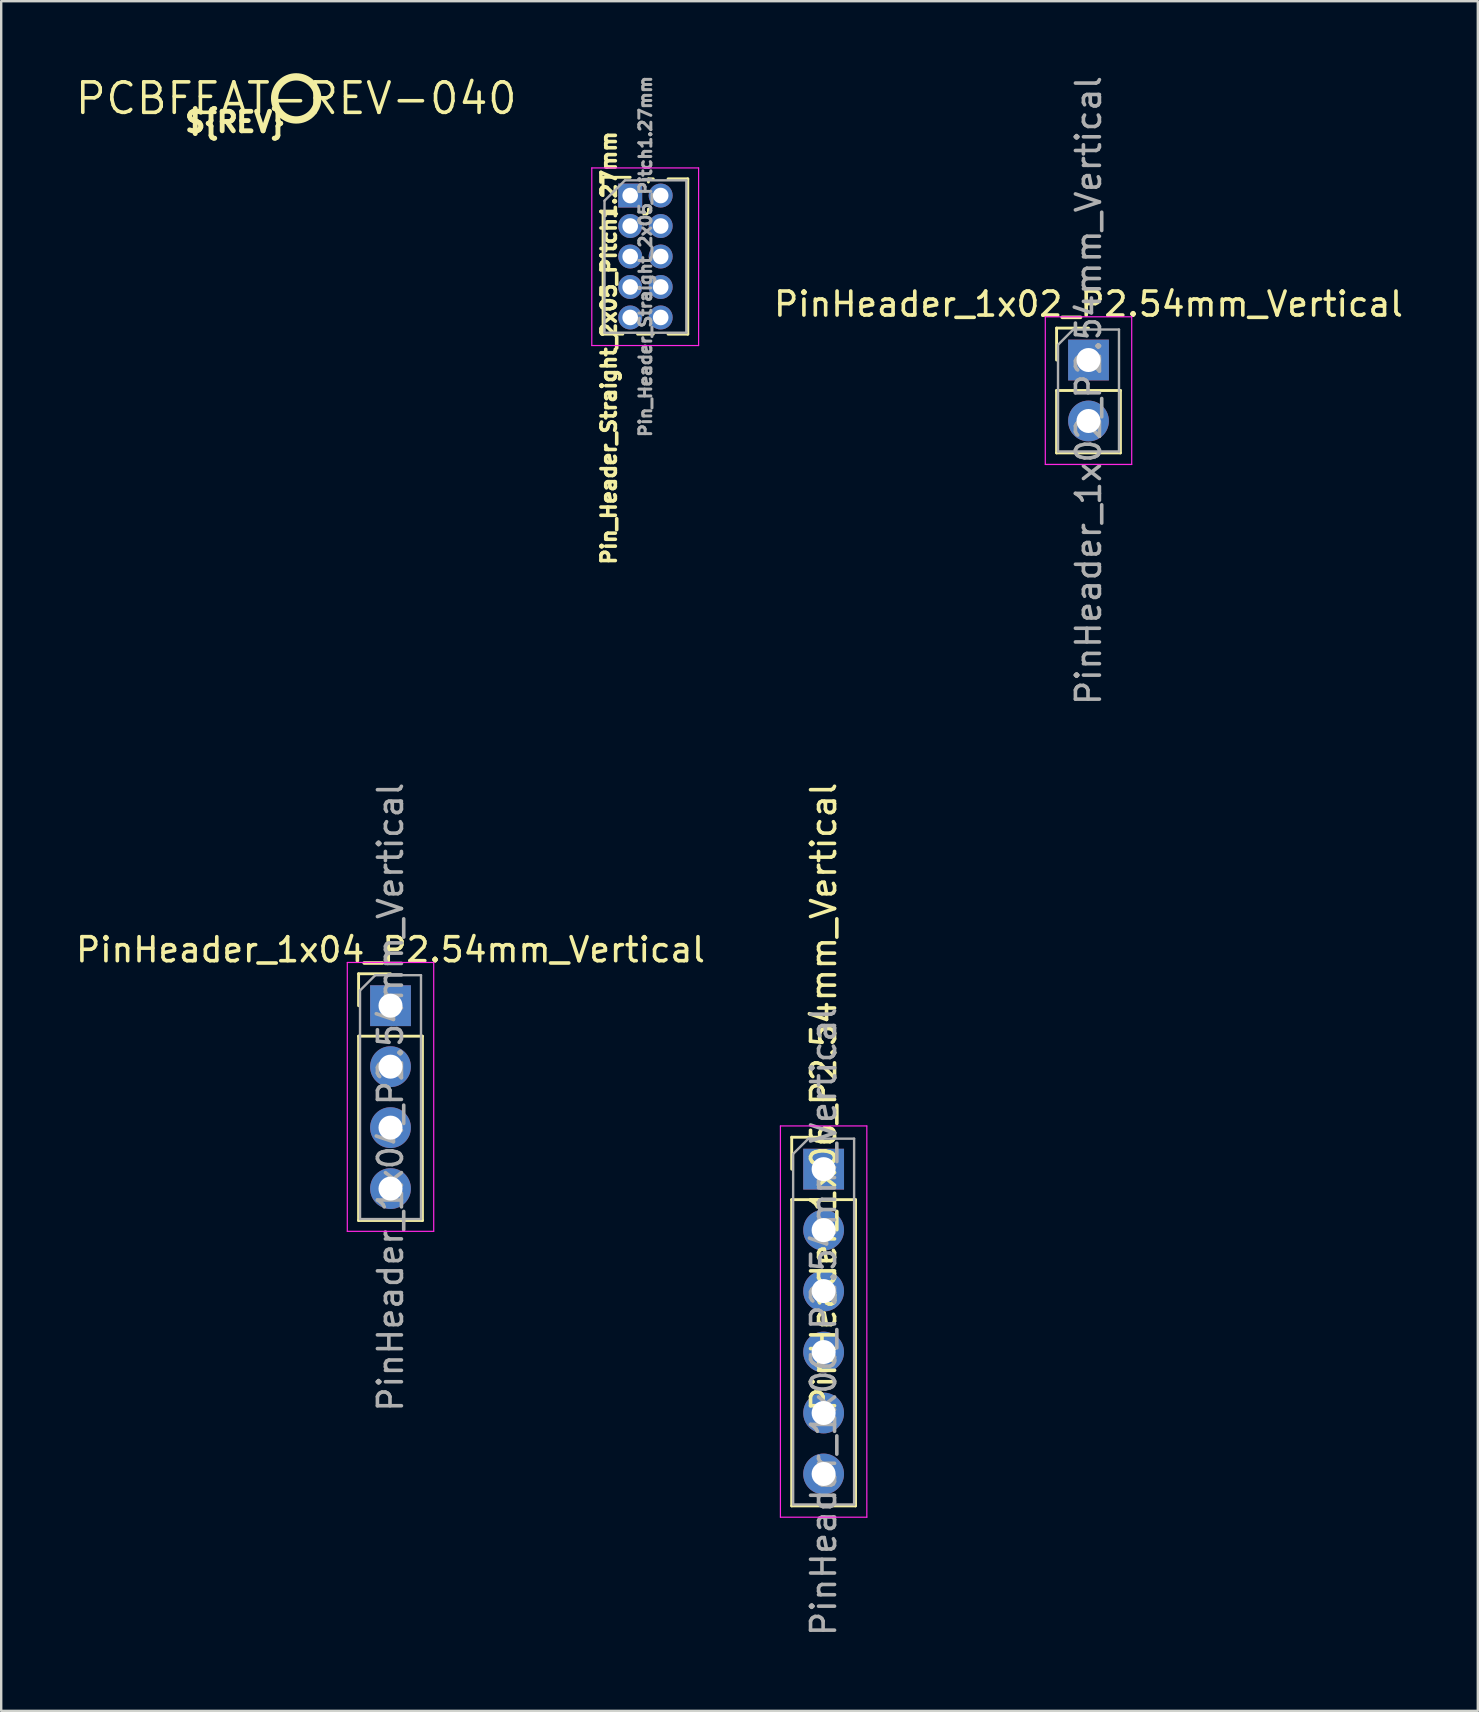
<source format=kicad_pcb>
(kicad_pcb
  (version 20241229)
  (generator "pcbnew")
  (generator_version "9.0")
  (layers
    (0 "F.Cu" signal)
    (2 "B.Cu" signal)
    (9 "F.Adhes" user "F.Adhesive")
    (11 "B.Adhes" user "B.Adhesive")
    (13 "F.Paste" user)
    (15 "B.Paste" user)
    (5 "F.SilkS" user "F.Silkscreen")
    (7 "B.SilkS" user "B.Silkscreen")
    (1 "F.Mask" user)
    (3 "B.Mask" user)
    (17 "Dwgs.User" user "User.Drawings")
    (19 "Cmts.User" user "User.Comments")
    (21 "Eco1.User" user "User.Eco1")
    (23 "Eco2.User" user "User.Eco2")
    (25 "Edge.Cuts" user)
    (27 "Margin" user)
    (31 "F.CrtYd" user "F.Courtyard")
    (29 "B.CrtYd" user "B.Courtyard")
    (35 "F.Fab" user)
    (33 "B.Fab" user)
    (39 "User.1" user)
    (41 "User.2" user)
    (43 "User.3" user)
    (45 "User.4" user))
  (footprint "PCBFEAT-REV-040"
    (layer "F.Cu")
    (at 9.29 1.05)
    (property "Reference" "PCBFEAT-REV-040" (at 0 0 0) (layer "F.SilkS") (effects (font (size 1.27 1.27) (thickness 0.15))))
    (fp_circle (center 0 0) (end 0.898 0) (stroke (width 0.305) (type solid)) (fill no) (layer "F.SilkS"))
    (fp_text user "${REV}" (at -0.356 0.508 0) (layer "F.SilkS") (effects (font (size 0.813 0.813) (thickness 0.203)) (justify right top))))
  (footprint "Pin_Header_Straight_2x05_Pitch1.27mm"
    (layer "F.Cu")
    (at 23.206 5.097)
    (property "Reference" "Pin_Header_Straight_2x05_Pitch1.27mm" (at -0.889 6.35 90) (layer "F.SilkS") (effects (font (size 0.6 0.6) (thickness 0.15))))
    (attr through_hole)
    (fp_line (start -1.13 -0.76) (end 0 -0.76) (stroke (width 0.12) (type solid)) (layer "F.SilkS"))
    (fp_line (start -1.13 0) (end -1.13 -0.76) (stroke (width 0.12) (type solid)) (layer "F.SilkS"))
    (fp_line (start -1.13 0.76) (end -1.13 5.775) (stroke (width 0.12) (type solid)) (layer "F.SilkS"))
    (fp_line (start -1.13 0.76) (end -0.563 0.76) (stroke (width 0.12) (type solid)) (layer "F.SilkS"))
    (fp_line (start -1.13 5.775) (end -0.308 5.775) (stroke (width 0.12) (type solid)) (layer "F.SilkS"))
    (fp_line (start 0.308 5.775) (end 0.962 5.775) (stroke (width 0.12) (type solid)) (layer "F.SilkS"))
    (fp_line (start 0.563 0.76) (end 0.707 0.76) (stroke (width 0.12) (type solid)) (layer "F.SilkS"))
    (fp_line (start 0.76 -0.695) (end 0.962 -0.695) (stroke (width 0.12) (type solid)) (layer "F.SilkS"))
    (fp_line (start 0.76 -0.563) (end 0.76 -0.695) (stroke (width 0.12) (type solid)) (layer "F.SilkS"))
    (fp_line (start 0.76 0.707) (end 0.76 0.563) (stroke (width 0.12) (type solid)) (layer "F.SilkS"))
    (fp_line (start 1.578 -0.695) (end 2.4 -0.695) (stroke (width 0.12) (type solid)) (layer "F.SilkS"))
    (fp_line (start 1.578 5.775) (end 2.4 5.775) (stroke (width 0.12) (type solid)) (layer "F.SilkS"))
    (fp_line (start 2.4 -0.695) (end 2.4 5.775) (stroke (width 0.12) (type solid)) (layer "F.SilkS"))
    (fp_line (start -1.6 -1.15) (end -1.6 6.25) (stroke (width 0.05) (type solid)) (layer "F.CrtYd"))
    (fp_line (start -1.6 6.25) (end 2.85 6.25) (stroke (width 0.05) (type solid)) (layer "F.CrtYd"))
    (fp_line (start 2.85 -1.15) (end -1.6 -1.15) (stroke (width 0.05) (type solid)) (layer "F.CrtYd"))
    (fp_line (start 2.85 6.25) (end 2.85 -1.15) (stroke (width 0.05) (type solid)) (layer "F.CrtYd"))
    (fp_line (start -1.07 0.217) (end -0.217 -0.635) (stroke (width 0.1) (type solid)) (layer "F.Fab"))
    (fp_line (start -1.07 5.715) (end -1.07 0.217) (stroke (width 0.1) (type solid)) (layer "F.Fab"))
    (fp_line (start -0.217 -0.635) (end 2.34 -0.635) (stroke (width 0.1) (type solid)) (layer "F.Fab"))
    (fp_line (start 2.34 -0.635) (end 2.34 5.715) (stroke (width 0.1) (type solid)) (layer "F.Fab"))
    (fp_line (start 2.34 5.715) (end -1.07 5.715) (stroke (width 0.1) (type solid)) (layer "F.Fab"))
    (fp_text user "${REFERENCE}" (at 0.635 2.54 90) (layer "F.Fab") (effects (font (size 0.5 0.5) (thickness 0.125))))
    (pad "1" thru_hole rect (at 0 0) (size 1 1) (drill 0.65) (layers "*.Cu" "*.Mask"))
    (pad "2" thru_hole oval (at 1.27 0) (size 1 1) (drill 0.65) (layers "*.Cu" "*.Mask"))
    (pad "3" thru_hole oval (at 0 1.27) (size 1 1) (drill 0.65) (layers "*.Cu" "*.Mask"))
    (pad "4" thru_hole oval (at 1.27 1.27) (size 1 1) (drill 0.65) (layers "*.Cu" "*.Mask"))
    (pad "5" thru_hole oval (at 0 2.54) (size 1 1) (drill 0.65) (layers "*.Cu" "*.Mask"))
    (pad "6" thru_hole oval (at 1.27 2.54) (size 1 1) (drill 0.65) (layers "*.Cu" "*.Mask"))
    (pad "7" thru_hole oval (at 0 3.81) (size 1 1) (drill 0.65) (layers "*.Cu" "*.Mask"))
    (pad "8" thru_hole oval (at 1.27 3.81) (size 1 1) (drill 0.65) (layers "*.Cu" "*.Mask"))
    (pad "9" thru_hole oval (at 0 5.08) (size 1 1) (drill 0.65) (layers "*.Cu" "*.Mask"))
    (pad "10" thru_hole oval (at 1.27 5.08) (size 1 1) (drill 0.65) (layers "*.Cu" "*.Mask")))
  (footprint "PinHeader_1x06_P2.54mm_Vertical"
    (layer "F.Cu")
    (at 31.265 45.661)
    (property "Reference" "PinHeader_1x06_P2.54mm_Vertical" (at 0 -3 90) (layer "F.SilkS") (effects (font (size 1 1) (thickness 0.15))))
    (attr through_hole)
    (fp_line (start -1.33 -1.33) (end 0 -1.33) (stroke (width 0.12) (type solid)) (layer "F.SilkS"))
    (fp_line (start -1.33 0) (end -1.33 -1.33) (stroke (width 0.12) (type solid)) (layer "F.SilkS"))
    (fp_line (start -1.33 1.27) (end -1.33 14.03) (stroke (width 0.12) (type solid)) (layer "F.SilkS"))
    (fp_line (start -1.33 1.27) (end 1.33 1.27) (stroke (width 0.12) (type solid)) (layer "F.SilkS"))
    (fp_line (start -1.33 14.03) (end 1.33 14.03) (stroke (width 0.12) (type solid)) (layer "F.SilkS"))
    (fp_line (start 1.33 1.27) (end 1.33 14.03) (stroke (width 0.12) (type solid)) (layer "F.SilkS"))
    (fp_line (start -1.8 -1.8) (end -1.8 14.5) (stroke (width 0.05) (type solid)) (layer "F.CrtYd"))
    (fp_line (start -1.8 14.5) (end 1.8 14.5) (stroke (width 0.05) (type solid)) (layer "F.CrtYd"))
    (fp_line (start 1.8 -1.8) (end -1.8 -1.8) (stroke (width 0.05) (type solid)) (layer "F.CrtYd"))
    (fp_line (start 1.8 14.5) (end 1.8 -1.8) (stroke (width 0.05) (type solid)) (layer "F.CrtYd"))
    (fp_line (start -1.27 -0.635) (end -0.635 -1.27) (stroke (width 0.1) (type solid)) (layer "F.Fab"))
    (fp_line (start -1.27 13.97) (end -1.27 -0.635) (stroke (width 0.1) (type solid)) (layer "F.Fab"))
    (fp_line (start -0.635 -1.27) (end 1.27 -1.27) (stroke (width 0.1) (type solid)) (layer "F.Fab"))
    (fp_line (start 1.27 -1.27) (end 1.27 13.97) (stroke (width 0.1) (type solid)) (layer "F.Fab"))
    (fp_line (start 1.27 13.97) (end -1.27 13.97) (stroke (width 0.1) (type solid)) (layer "F.Fab"))
    (fp_text user "${REFERENCE}" (at 0 6.35 90) (layer "F.Fab") (effects (font (size 1 1) (thickness 0.15))))
    (pad "1" thru_hole rect (at 0 0) (size 1.7 1.7) (drill 1) (layers "*.Cu" "*.Mask"))
    (pad "2" thru_hole oval (at 0 2.54) (size 1.7 1.7) (drill 1) (layers "*.Cu" "*.Mask"))
    (pad "3" thru_hole oval (at 0 5.08) (size 1.7 1.7) (drill 1) (layers "*.Cu" "*.Mask"))
    (pad "4" thru_hole oval (at 0 7.62) (size 1.7 1.7) (drill 1) (layers "*.Cu" "*.Mask"))
    (pad "5" thru_hole oval (at 0 10.16) (size 1.7 1.7) (drill 1) (layers "*.Cu" "*.Mask"))
    (pad "6" thru_hole oval (at 0 12.7) (size 1.7 1.7) (drill 1) (layers "*.Cu" "*.Mask")))
  (footprint "PinHeader_1x04_P2.54mm_Vertical"
    (layer "F.Cu")
    (at 13.22 38.851)
    (property "Reference" "PinHeader_1x04_P2.54mm_Vertical" (at 0 -2.33 0) (layer "F.SilkS") (effects (font (size 1 1) (thickness 0.15))))
    (attr through_hole)
    (fp_line (start -1.33 -1.33) (end 0 -1.33) (stroke (width 0.12) (type solid)) (layer "F.SilkS"))
    (fp_line (start -1.33 0) (end -1.33 -1.33) (stroke (width 0.12) (type solid)) (layer "F.SilkS"))
    (fp_line (start -1.33 1.27) (end -1.33 8.95) (stroke (width 0.12) (type solid)) (layer "F.SilkS"))
    (fp_line (start -1.33 1.27) (end 1.33 1.27) (stroke (width 0.12) (type solid)) (layer "F.SilkS"))
    (fp_line (start -1.33 8.95) (end 1.33 8.95) (stroke (width 0.12) (type solid)) (layer "F.SilkS"))
    (fp_line (start 1.33 1.27) (end 1.33 8.95) (stroke (width 0.12) (type solid)) (layer "F.SilkS"))
    (fp_line (start -1.8 -1.8) (end -1.8 9.4) (stroke (width 0.05) (type solid)) (layer "F.CrtYd"))
    (fp_line (start -1.8 9.4) (end 1.8 9.4) (stroke (width 0.05) (type solid)) (layer "F.CrtYd"))
    (fp_line (start 1.8 -1.8) (end -1.8 -1.8) (stroke (width 0.05) (type solid)) (layer "F.CrtYd"))
    (fp_line (start 1.8 9.4) (end 1.8 -1.8) (stroke (width 0.05) (type solid)) (layer "F.CrtYd"))
    (fp_line (start -1.27 -0.635) (end -0.635 -1.27) (stroke (width 0.1) (type solid)) (layer "F.Fab"))
    (fp_line (start -1.27 8.89) (end -1.27 -0.635) (stroke (width 0.1) (type solid)) (layer "F.Fab"))
    (fp_line (start -0.635 -1.27) (end 1.27 -1.27) (stroke (width 0.1) (type solid)) (layer "F.Fab"))
    (fp_line (start 1.27 -1.27) (end 1.27 8.89) (stroke (width 0.1) (type solid)) (layer "F.Fab"))
    (fp_line (start 1.27 8.89) (end -1.27 8.89) (stroke (width 0.1) (type solid)) (layer "F.Fab"))
    (fp_text user "${REFERENCE}" (at 0 3.81 90) (layer "F.Fab") (effects (font (size 1 1) (thickness 0.15))))
    (pad "1" thru_hole rect (at 0 0) (size 1.7 1.7) (drill 1) (layers "*.Cu" "*.Mask"))
    (pad "2" thru_hole oval (at 0 2.54) (size 1.7 1.7) (drill 1) (layers "*.Cu" "*.Mask"))
    (pad "3" thru_hole oval (at 0 5.08) (size 1.7 1.7) (drill 1) (layers "*.Cu" "*.Mask"))
    (pad "4" thru_hole oval (at 0 7.62) (size 1.7 1.7) (drill 1) (layers "*.Cu" "*.Mask")))
  (footprint "PinHeader_1x02_P2.54mm_Vertical"
    (layer "F.Cu")
    (at 42.301 11.95)
    (property "Reference" "PinHeader_1x02_P2.54mm_Vertical" (at 0 -2.33 0) (layer "F.SilkS") (effects (font (size 1 1) (thickness 0.15))))
    (attr through_hole)
    (fp_line (start -1.33 -1.33) (end 0 -1.33) (stroke (width 0.12) (type solid)) (layer "F.SilkS"))
    (fp_line (start -1.33 0) (end -1.33 -1.33) (stroke (width 0.12) (type solid)) (layer "F.SilkS"))
    (fp_line (start -1.33 1.27) (end -1.33 3.87) (stroke (width 0.12) (type solid)) (layer "F.SilkS"))
    (fp_line (start -1.33 1.27) (end 1.33 1.27) (stroke (width 0.12) (type solid)) (layer "F.SilkS"))
    (fp_line (start -1.33 3.87) (end 1.33 3.87) (stroke (width 0.12) (type solid)) (layer "F.SilkS"))
    (fp_line (start 1.33 1.27) (end 1.33 3.87) (stroke (width 0.12) (type solid)) (layer "F.SilkS"))
    (fp_line (start -1.8 -1.8) (end -1.8 4.35) (stroke (width 0.05) (type solid)) (layer "F.CrtYd"))
    (fp_line (start -1.8 4.35) (end 1.8 4.35) (stroke (width 0.05) (type solid)) (layer "F.CrtYd"))
    (fp_line (start 1.8 -1.8) (end -1.8 -1.8) (stroke (width 0.05) (type solid)) (layer "F.CrtYd"))
    (fp_line (start 1.8 4.35) (end 1.8 -1.8) (stroke (width 0.05) (type solid)) (layer "F.CrtYd"))
    (fp_line (start -1.27 -0.635) (end -0.635 -1.27) (stroke (width 0.1) (type solid)) (layer "F.Fab"))
    (fp_line (start -1.27 3.81) (end -1.27 -0.635) (stroke (width 0.1) (type solid)) (layer "F.Fab"))
    (fp_line (start -0.635 -1.27) (end 1.27 -1.27) (stroke (width 0.1) (type solid)) (layer "F.Fab"))
    (fp_line (start 1.27 -1.27) (end 1.27 3.81) (stroke (width 0.1) (type solid)) (layer "F.Fab"))
    (fp_line (start 1.27 3.81) (end -1.27 3.81) (stroke (width 0.1) (type solid)) (layer "F.Fab"))
    (fp_text user "${REFERENCE}" (at 0 1.27 90) (layer "F.Fab") (effects (font (size 1 1) (thickness 0.15))))
    (pad "1" thru_hole rect (at 0 0) (size 1.7 1.7) (drill 1) (layers "*.Cu" "*.Mask"))
    (pad "2" thru_hole oval (at 0 2.54) (size 1.7 1.7) (drill 1) (layers "*.Cu" "*.Mask")))
  (gr_rect
    (start -3 -3)
    (end 58.521 68.231)
    (stroke (width 0.1) (type default))
    (fill no)
    (layer "Edge.Cuts")))
</source>
